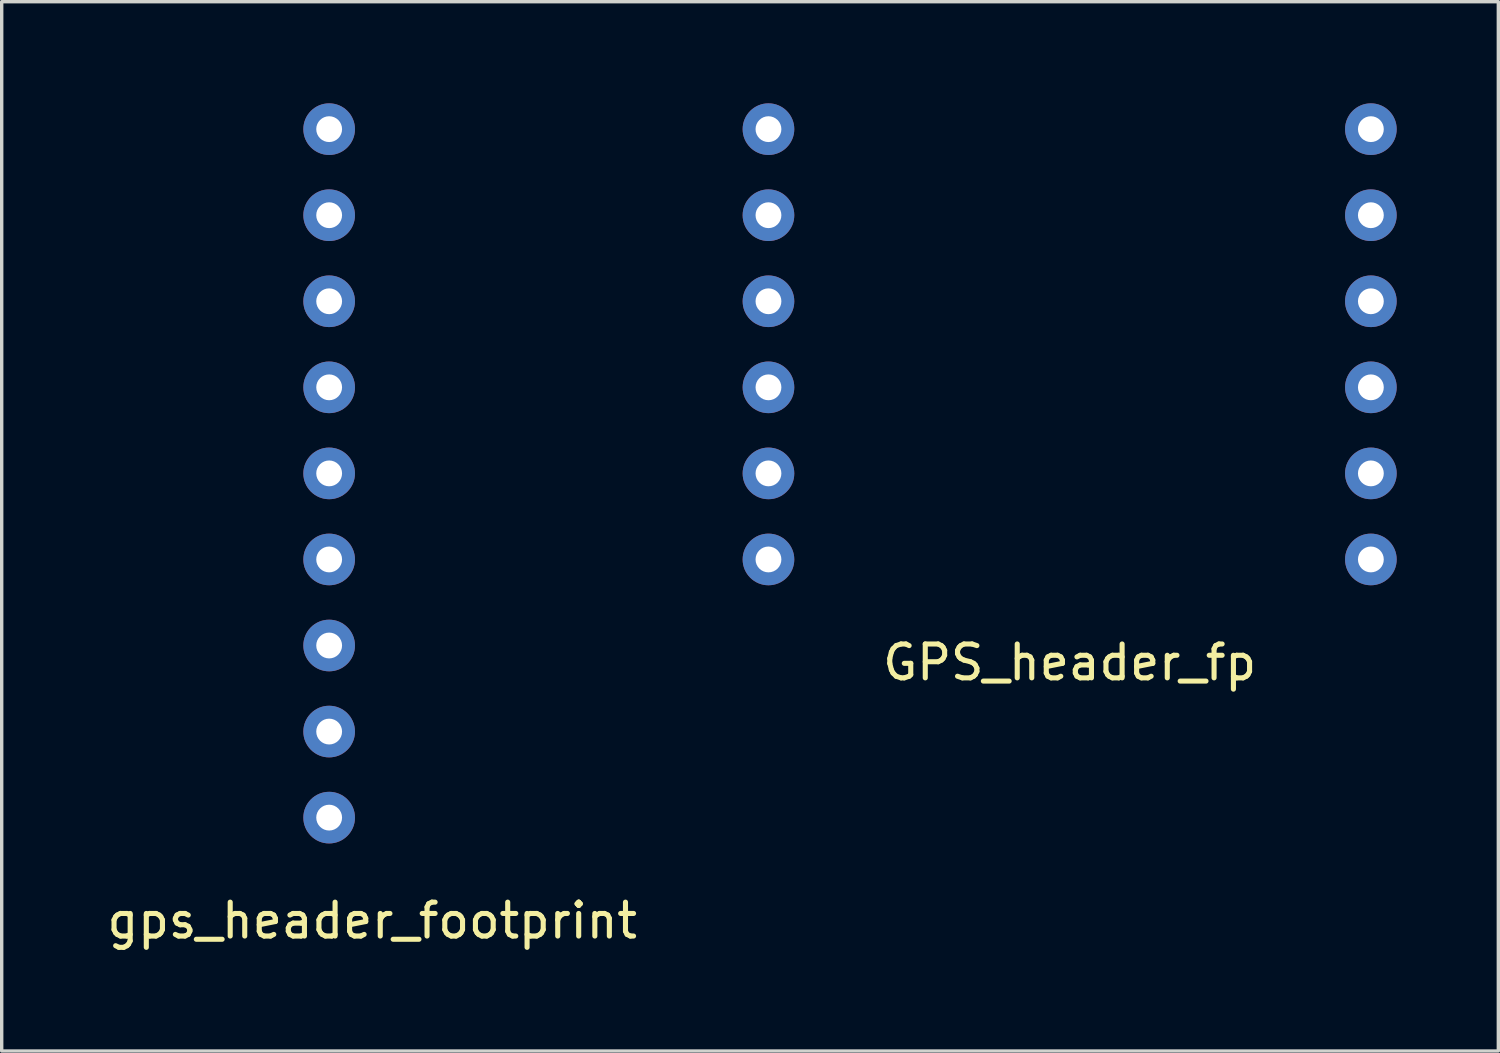
<source format=kicad_pcb>
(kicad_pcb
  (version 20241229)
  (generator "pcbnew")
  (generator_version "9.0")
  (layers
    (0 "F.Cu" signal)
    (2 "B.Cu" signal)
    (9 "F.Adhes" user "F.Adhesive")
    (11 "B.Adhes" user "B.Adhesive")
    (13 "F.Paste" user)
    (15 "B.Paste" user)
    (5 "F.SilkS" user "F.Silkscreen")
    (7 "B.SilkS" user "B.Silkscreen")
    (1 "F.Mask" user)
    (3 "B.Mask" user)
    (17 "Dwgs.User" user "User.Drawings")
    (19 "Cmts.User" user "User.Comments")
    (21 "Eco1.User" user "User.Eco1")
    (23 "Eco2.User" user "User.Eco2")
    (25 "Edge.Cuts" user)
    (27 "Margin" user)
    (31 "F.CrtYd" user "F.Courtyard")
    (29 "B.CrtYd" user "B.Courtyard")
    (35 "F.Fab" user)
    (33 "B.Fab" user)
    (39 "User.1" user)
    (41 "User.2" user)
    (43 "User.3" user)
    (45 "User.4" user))
  (footprint "GPS_header_fp"
    (layer "F.Cu")
    (at 28.521 14.732)
    (property "Reference" "GPS_header_fp" (at 0 1.77 0) (layer "F.SilkS") (effects (font (size 1 1) (thickness 0.15))))
    (attr through_hole)
    (pad "1" thru_hole circle (at -8.89 -13.97) (size 1.524 1.524) (drill 0.762) (layers "*.Cu" "*.Mask"))
    (pad "2" thru_hole circle (at -8.89 -11.43) (size 1.524 1.524) (drill 0.762) (layers "*.Cu" "*.Mask"))
    (pad "3" thru_hole circle (at -8.89 -8.89) (size 1.524 1.524) (drill 0.762) (layers "*.Cu" "*.Mask"))
    (pad "4" thru_hole circle (at -8.89 -6.35) (size 1.524 1.524) (drill 0.762) (layers "*.Cu" "*.Mask"))
    (pad "5" thru_hole circle (at -8.89 -3.81) (size 1.524 1.524) (drill 0.762) (layers "*.Cu" "*.Mask"))
    (pad "6" thru_hole circle (at -8.89 -1.27) (size 1.524 1.524) (drill 0.762) (layers "*.Cu" "*.Mask"))
    (pad "7" thru_hole circle (at 8.89 -1.27) (size 1.524 1.524) (drill 0.762) (layers "*.Cu" "*.Mask"))
    (pad "8" thru_hole circle (at 8.89 -3.81) (size 1.524 1.524) (drill 0.762) (layers "*.Cu" "*.Mask"))
    (pad "9" thru_hole circle (at 8.89 -6.35) (size 1.524 1.524) (drill 0.762) (layers "*.Cu" "*.Mask"))
    (pad "10" thru_hole circle (at 8.89 -8.89) (size 1.524 1.524) (drill 0.762) (layers "*.Cu" "*.Mask"))
    (pad "11" thru_hole circle (at 8.89 -11.43) (size 1.524 1.524) (drill 0.762) (layers "*.Cu" "*.Mask"))
    (pad "12" thru_hole circle (at 8.89 -13.97) (size 1.524 1.524) (drill 0.762) (layers "*.Cu" "*.Mask")))
  (footprint "gps_header_footprint"
    (layer "F.Cu")
    (at 6.665 22.352)
    (property "Reference" "gps_header_footprint" (at 1.27 1.77 0) (layer "F.SilkS") (effects (font (size 1 1) (thickness 0.15))))
    (attr through_hole)
    (pad "1" thru_hole circle (at 0 -1.27) (size 1.524 1.524) (drill 0.762) (layers "*.Cu" "*.Mask"))
    (pad "2" thru_hole circle (at 0 -3.81) (size 1.524 1.524) (drill 0.762) (layers "*.Cu" "*.Mask"))
    (pad "3" thru_hole circle (at 0 -6.35) (size 1.524 1.524) (drill 0.762) (layers "*.Cu" "*.Mask"))
    (pad "4" thru_hole circle (at 0 -8.89) (size 1.524 1.524) (drill 0.762) (layers "*.Cu" "*.Mask"))
    (pad "5" thru_hole circle (at 0 -11.43) (size 1.524 1.524) (drill 0.762) (layers "*.Cu" "*.Mask"))
    (pad "6" thru_hole circle (at 0 -13.97) (size 1.524 1.524) (drill 0.762) (layers "*.Cu" "*.Mask"))
    (pad "7" thru_hole circle (at 0 -16.51) (size 1.524 1.524) (drill 0.762) (layers "*.Cu" "*.Mask"))
    (pad "8" thru_hole circle (at 0 -19.05) (size 1.524 1.524) (drill 0.762) (layers "*.Cu" "*.Mask"))
    (pad "9" thru_hole circle (at 0 -21.59) (size 1.524 1.524) (drill 0.762) (layers "*.Cu" "*.Mask")))
  (gr_rect
    (start -3 -3)
    (end 41.173 27.97)
    (stroke (width 0.1) (type default))
    (fill no)
    (layer "Edge.Cuts")))
</source>
